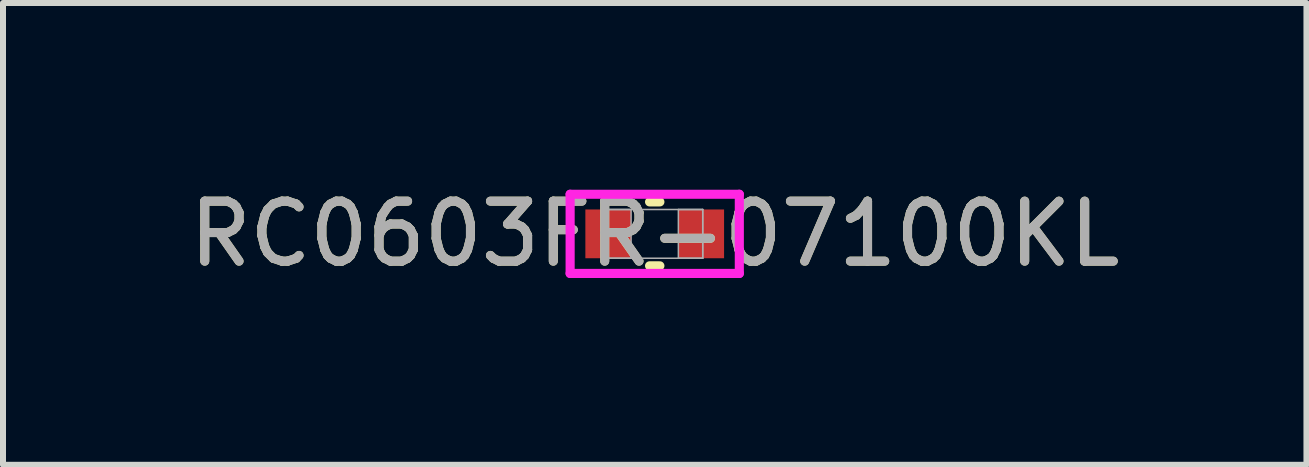
<source format=kicad_pcb>
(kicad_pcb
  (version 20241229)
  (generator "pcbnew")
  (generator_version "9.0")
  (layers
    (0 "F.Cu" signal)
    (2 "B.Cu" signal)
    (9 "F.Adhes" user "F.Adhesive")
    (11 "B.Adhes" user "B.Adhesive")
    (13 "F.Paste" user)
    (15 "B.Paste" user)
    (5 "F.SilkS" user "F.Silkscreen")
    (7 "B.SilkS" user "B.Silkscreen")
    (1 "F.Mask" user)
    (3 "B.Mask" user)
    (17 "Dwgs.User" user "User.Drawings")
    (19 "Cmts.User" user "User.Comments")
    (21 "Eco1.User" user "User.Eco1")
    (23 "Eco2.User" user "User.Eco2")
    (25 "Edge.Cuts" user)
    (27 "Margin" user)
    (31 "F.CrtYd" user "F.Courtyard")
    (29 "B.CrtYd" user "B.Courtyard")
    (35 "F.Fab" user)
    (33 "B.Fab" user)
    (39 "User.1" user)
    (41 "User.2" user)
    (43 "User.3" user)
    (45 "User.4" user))
  (footprint "RC0603FR-07100KL"
    (layer "F.Cu")
    (at 7.863 0.848)
    (property "Reference" "RC0603FR-07100KL" (at 0 0 0) (unlocked yes) (layer "F.SilkS") (effects (font (size 1 1) (thickness 0.15))))
    (attr smd)
    (fp_line (start -0.086 0.533) (end 0.086 0.533) (stroke (width 0.152) (type solid)) (layer "F.SilkS"))
    (fp_line (start 0.086 -0.533) (end -0.086 -0.533) (stroke (width 0.152) (type solid)) (layer "F.SilkS"))
    (fp_line (start -1.41 -0.66) (end 1.41 -0.66) (stroke (width 0.152) (type solid)) (layer "F.CrtYd"))
    (fp_line (start -1.41 0.66) (end -1.41 -0.66) (stroke (width 0.152) (type solid)) (layer "F.CrtYd"))
    (fp_line (start 1.41 -0.66) (end 1.41 0.66) (stroke (width 0.152) (type solid)) (layer "F.CrtYd"))
    (fp_line (start 1.41 0.66) (end -1.41 0.66) (stroke (width 0.152) (type solid)) (layer "F.CrtYd"))
    (fp_line (start -0.8 -0.406) (end -0.8 0.406) (stroke (width 0.025) (type solid)) (layer "F.Fab"))
    (fp_line (start -0.8 -0.406) (end -0.8 0.406) (stroke (width 0.025) (type solid)) (layer "F.Fab"))
    (fp_line (start -0.8 0.406) (end -0.394 0.406) (stroke (width 0.025) (type solid)) (layer "F.Fab"))
    (fp_line (start -0.8 0.406) (end 0.8 0.406) (stroke (width 0.025) (type solid)) (layer "F.Fab"))
    (fp_line (start -0.394 -0.406) (end -0.8 -0.406) (stroke (width 0.025) (type solid)) (layer "F.Fab"))
    (fp_line (start -0.394 0.406) (end -0.394 -0.406) (stroke (width 0.025) (type solid)) (layer "F.Fab"))
    (fp_line (start 0.394 -0.406) (end 0.394 0.406) (stroke (width 0.025) (type solid)) (layer "F.Fab"))
    (fp_line (start 0.394 0.406) (end 0.8 0.406) (stroke (width 0.025) (type solid)) (layer "F.Fab"))
    (fp_line (start 0.8 -0.406) (end -0.8 -0.406) (stroke (width 0.025) (type solid)) (layer "F.Fab"))
    (fp_line (start 0.8 -0.406) (end 0.394 -0.406) (stroke (width 0.025) (type solid)) (layer "F.Fab"))
    (fp_line (start 0.8 0.406) (end 0.8 -0.406) (stroke (width 0.025) (type solid)) (layer "F.Fab"))
    (fp_line (start 0.8 0.406) (end 0.8 -0.406) (stroke (width 0.025) (type solid)) (layer "F.Fab"))
    (fp_text user "${REFERENCE}" (at 0 0 0) (unlocked yes) (layer "F.Fab") (effects (font (size 1 1) (thickness 0.15))))
    (pad "1" smd rect (at -0.775 0) (size 0.762 0.813) (layers "F.Cu" "F.Mask" "F.Paste"))
    (pad "2" smd rect (at 0.775 0) (size 0.762 0.813) (layers "F.Cu" "F.Mask" "F.Paste"))
    (zone (net_name "") (layer "F.Cu") (hatch full 0.508) (connect_pads) (min_thickness 0.254) (filled_areas_thickness no) (keepout (tracks not_allowed) (vias not_allowed) (pads allowed) (copperpour not_allowed) (footprints allowed)) (placement (enabled no)) (fill) (polygon (pts (xy 7.52 0.493) (xy 8.206 0.493) (xy 8.206 1.204) (xy 7.52 1.204)))))
  (gr_rect
    (start -3 -3)
    (end 18.726 4.697)
    (stroke (width 0.1) (type default))
    (fill no)
    (layer "Edge.Cuts")))
</source>
